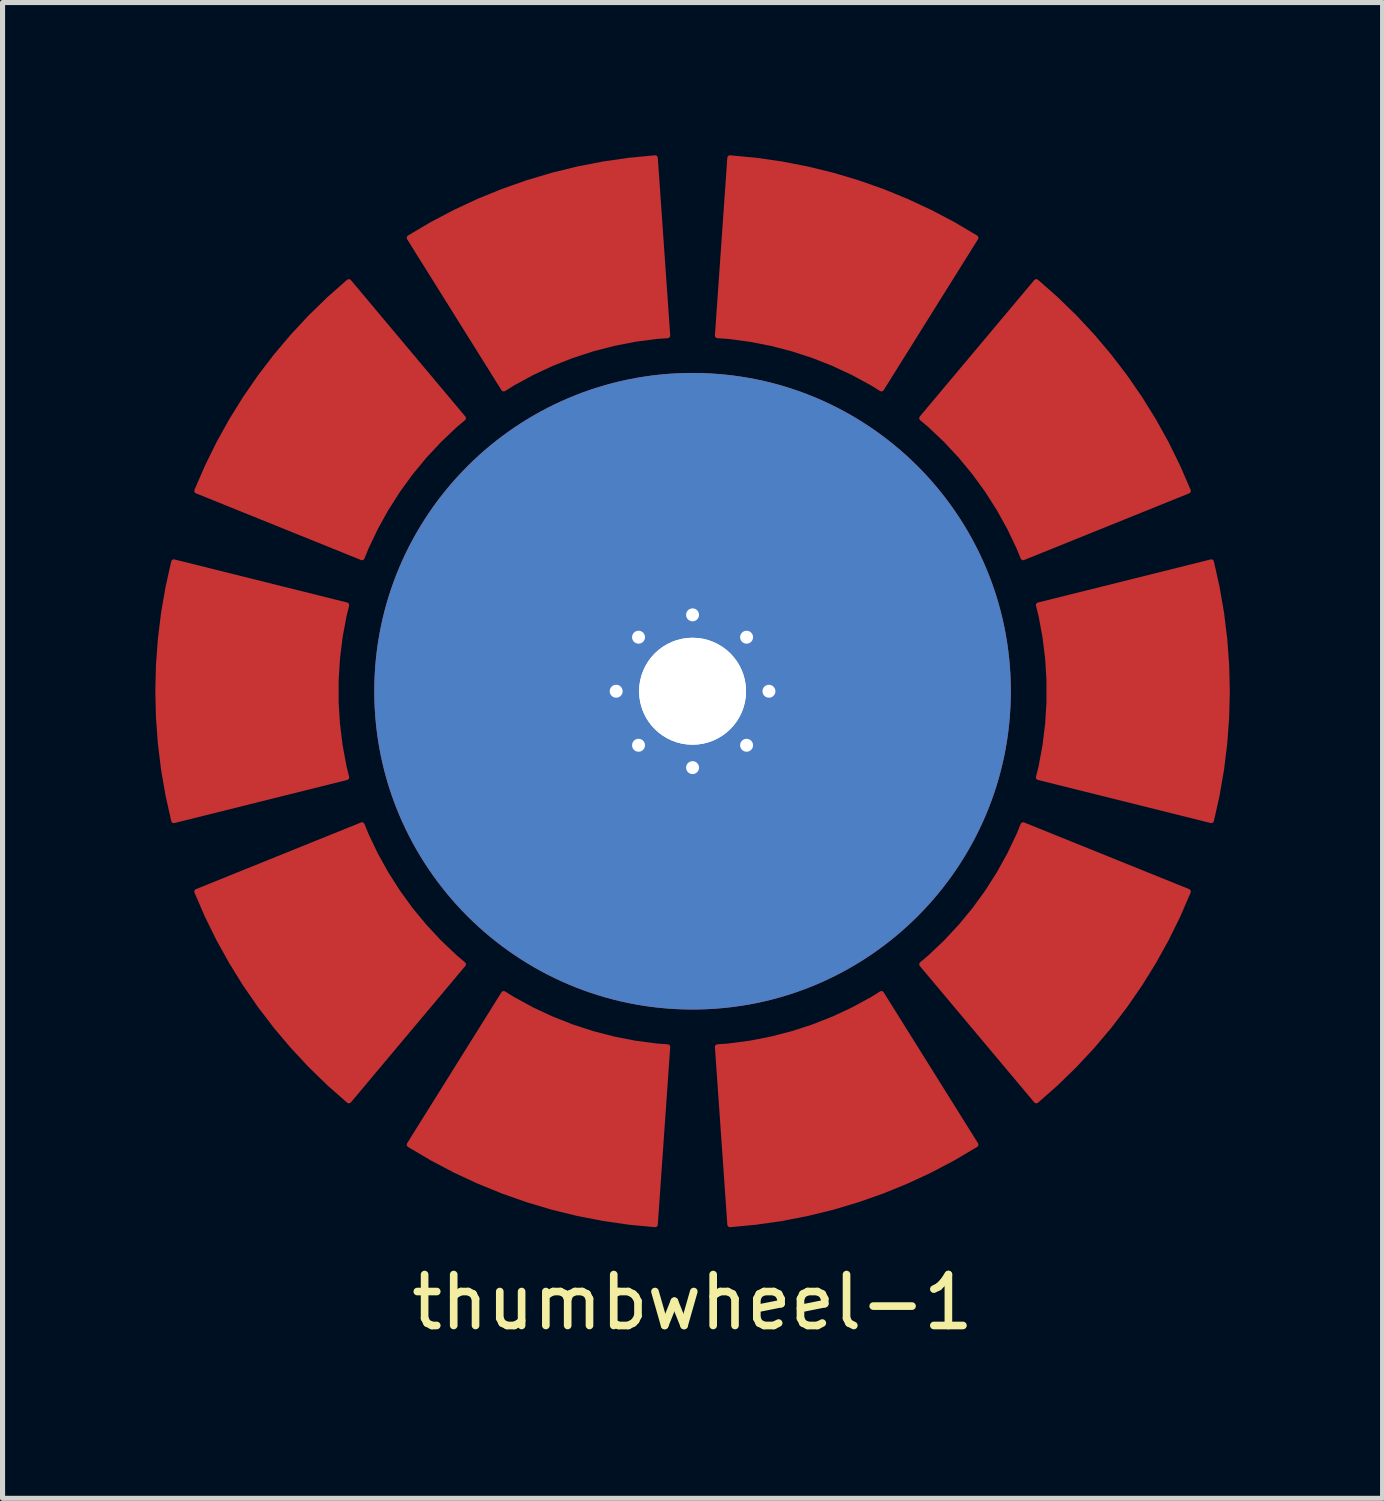
<source format=kicad_pcb>
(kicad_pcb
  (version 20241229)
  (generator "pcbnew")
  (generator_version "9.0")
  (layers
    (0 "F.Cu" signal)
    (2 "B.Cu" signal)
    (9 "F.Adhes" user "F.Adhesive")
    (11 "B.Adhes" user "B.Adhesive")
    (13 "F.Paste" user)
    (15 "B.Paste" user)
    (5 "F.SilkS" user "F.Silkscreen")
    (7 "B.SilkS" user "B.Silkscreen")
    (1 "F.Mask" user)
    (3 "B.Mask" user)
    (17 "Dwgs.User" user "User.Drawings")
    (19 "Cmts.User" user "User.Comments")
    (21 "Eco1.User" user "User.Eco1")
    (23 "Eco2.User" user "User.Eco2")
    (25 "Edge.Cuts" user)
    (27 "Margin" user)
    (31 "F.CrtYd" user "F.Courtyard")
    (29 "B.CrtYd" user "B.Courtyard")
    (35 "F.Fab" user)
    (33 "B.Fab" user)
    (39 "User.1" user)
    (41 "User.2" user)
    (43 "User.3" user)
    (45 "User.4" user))
  (footprint "thumbwheel-1"
    (layer "F.Cu")
    (at 10.55 10.524)
    (property "Reference" "thumbwheel-1" (at 0 12 0) (layer "F.SilkS") (effects (font (size 1 1) (thickness 0.15))))
    (attr through_hole)
    (pad "0" smd custom (at 2.704 -8.322 252) (size 3 3) (layers "F.Cu" "F.Mask") (options (anchor circle)) (primitives (gr_line (start -1.481 -2.362) (end 1.929 -1.575) (width 0.1)) (gr_line (start -1.73 0.641) (end 1.763 0.427) (width 0.1)) (gr_line (start -1.748 -0.183) (end 1.751 -0.122) (width 0.1)) (gr_line (start -1.746 0.275) (end 1.752 0.183) (width 0.1)) (gr_line (start -1.635 -1.552) (end 1.827 -1.035) (width 0.1)) (gr_arc (start -1.75 0) (mid -1.671735 -1.279628) (end -1.438105 -2.54018) (width 0.1)) (gr_line (start -1.724 0.732) (end 1.767 0.488) (width 0.1)) (gr_line (start -1.59 -1.823) (end 1.856 -1.216) (width 0.1)) (gr_line (start -1.621 1.643) (end 1.836 1.095) (width 0.1)) (gr_arc (start 1.75 0) (mid 1.802177 -0.853085) (end 1.95793 -1.693453) (width 0.1)) (gr_arc (start 1.95793 1.693453) (mid 1.802177 0.853085) (end 1.75 0) (width 0.1)) (gr_line (start -1.648 -1.461) (end 1.818 -0.974) (width 0.1)) (gr_line (start -1.748 0.183) (end 1.751 0.122) (width 0.1)) (gr_line (start -1.692 -1.098) (end 1.788 -0.732) (width 0.1)) (gr_line (start -1.438 2.54) (end 1.958 1.693) (width 0.1)) (gr_line (start -1.74 -0.458) (end 1.757 -0.305) (width 0.1)) (gr_line (start -1.574 1.913) (end 1.867 1.276) (width 0.1)) (gr_line (start -1.66 1.371) (end 1.81 0.914) (width 0.1)) (gr_line (start -1.683 1.189) (end 1.795 0.792) (width 0.1)) (gr_line (start -1.702 1.006) (end 1.782 0.671) (width 0.1)) (gr_line (start -1.75 -0.092) (end 1.75 -0.061) (width 0.1)) (gr_line (start -1.481 2.362) (end 1.929 1.575) (width 0.1)) (gr_line (start -1.539 -2.093) (end 1.891 -1.396) (width 0.1)) (gr_line (start -1.724 -0.732) (end 1.767 -0.488) (width 0.1)) (gr_line (start -1.718 -0.824) (end 1.772 -0.549) (width 0.1)) (gr_line (start -1.606 1.733) (end 1.846 1.155) (width 0.1)) (gr_line (start -1.648 1.461) (end 1.818 0.974) (width 0.1)) (gr_line (start -1.46 2.451) (end 1.943 1.634) (width 0.1)) (gr_line (start -1.71 0.915) (end 1.777 0.61) (width 0.1)) (gr_line (start -1.71 -0.915) (end 1.777 -0.61) (width 0.1)) (gr_line (start -1.744 -0.366) (end 1.754 -0.244) (width 0.1)) (gr_line (start -1.521 -2.183) (end 1.903 -1.455) (width 0.1)) (gr_line (start -1.746 -0.275) (end 1.752 -0.183) (width 0.1)) (gr_line (start -1.606 -1.733) (end 1.846 -1.155) (width 0.1)) (gr_line (start -1.75 0) (end 1.75 0) (width 0.1)) (gr_line (start -1.438 -2.54) (end 1.958 -1.693) (width 0.1)) (gr_line (start -1.74 0.458) (end 1.757 0.305) (width 0.1)) (gr_line (start -1.683 -1.189) (end 1.795 -0.792) (width 0.1)) (gr_line (start -1.702 -1.006) (end 1.782 -0.671) (width 0.1)) (gr_line (start -1.521 2.183) (end 1.903 1.455) (width 0.1)) (gr_line (start -1.46 -2.451) (end 1.943 -1.634) (width 0.1)) (gr_line (start -1.75 0.092) (end 1.75 0.061) (width 0.1)) (gr_line (start -1.73 -0.641) (end 1.763 -0.427) (width 0.1)) (gr_line (start -1.672 1.28) (end 1.802 0.853) (width 0.1)) (gr_line (start -1.59 1.823) (end 1.856 1.216) (width 0.1)) (gr_line (start -1.557 2.003) (end 1.879 1.336) (width 0.1)) (gr_arc (start -1.438105 2.54018) (mid -1.671734 1.279628) (end -1.75 0) (width 0.1)) (gr_line (start -1.621 -1.643) (end 1.836 -1.095) (width 0.1)) (gr_line (start -1.574 -1.913) (end 1.867 -1.276) (width 0.1)) (gr_line (start -1.692 1.098) (end 1.788 0.732) (width 0.1)) (gr_line (start -1.718 0.824) (end 1.772 0.549) (width 0.1)) (gr_line (start -1.736 0.55) (end 1.76 0.366) (width 0.1)) (gr_line (start -1.672 -1.28) (end 1.802 -0.853) (width 0.1)) (gr_line (start -1.635 1.552) (end 1.827 1.035) (width 0.1)) (gr_line (start -1.501 2.273) (end 1.916 1.515) (width 0.1)) (gr_line (start -1.557 -2.003) (end 1.879 -1.336) (width 0.1)) (gr_line (start -1.736 -0.55) (end 1.76 -0.366) (width 0.1)) (gr_line (start -1.501 -2.273) (end 1.916 -1.515) (width 0.1)) (gr_line (start -1.539 2.093) (end 1.891 1.396) (width 0.1)) (gr_line (start -1.744 0.366) (end 1.754 0.244) (width 0.1)) (gr_line (start -1.66 -1.371) (end 1.81 -0.914) (width 0.1))))
    (pad "1" smd custom (at 7.079 -5.143 216) (size 3 3) (layers "F.Cu" "F.Mask") (options (anchor circle)) (primitives (gr_line (start -1.481 -2.362) (end 1.929 -1.575) (width 0.1)) (gr_line (start -1.73 0.641) (end 1.763 0.427) (width 0.1)) (gr_line (start -1.748 -0.183) (end 1.751 -0.122) (width 0.1)) (gr_line (start -1.746 0.275) (end 1.752 0.183) (width 0.1)) (gr_line (start -1.635 -1.552) (end 1.827 -1.035) (width 0.1)) (gr_arc (start -1.75 0) (mid -1.671735 -1.279628) (end -1.438105 -2.54018) (width 0.1)) (gr_line (start -1.724 0.732) (end 1.767 0.488) (width 0.1)) (gr_line (start -1.59 -1.823) (end 1.856 -1.216) (width 0.1)) (gr_line (start -1.621 1.643) (end 1.836 1.095) (width 0.1)) (gr_arc (start 1.75 0) (mid 1.802177 -0.853085) (end 1.95793 -1.693453) (width 0.1)) (gr_arc (start 1.95793 1.693453) (mid 1.802177 0.853085) (end 1.75 0) (width 0.1)) (gr_line (start -1.648 -1.461) (end 1.818 -0.974) (width 0.1)) (gr_line (start -1.748 0.183) (end 1.751 0.122) (width 0.1)) (gr_line (start -1.692 -1.098) (end 1.788 -0.732) (width 0.1)) (gr_line (start -1.438 2.54) (end 1.958 1.693) (width 0.1)) (gr_line (start -1.74 -0.458) (end 1.757 -0.305) (width 0.1)) (gr_line (start -1.574 1.913) (end 1.867 1.276) (width 0.1)) (gr_line (start -1.66 1.371) (end 1.81 0.914) (width 0.1)) (gr_line (start -1.683 1.189) (end 1.795 0.792) (width 0.1)) (gr_line (start -1.702 1.006) (end 1.782 0.671) (width 0.1)) (gr_line (start -1.75 -0.092) (end 1.75 -0.061) (width 0.1)) (gr_line (start -1.481 2.362) (end 1.929 1.575) (width 0.1)) (gr_line (start -1.539 -2.093) (end 1.891 -1.396) (width 0.1)) (gr_line (start -1.724 -0.732) (end 1.767 -0.488) (width 0.1)) (gr_line (start -1.718 -0.824) (end 1.772 -0.549) (width 0.1)) (gr_line (start -1.606 1.733) (end 1.846 1.155) (width 0.1)) (gr_line (start -1.648 1.461) (end 1.818 0.974) (width 0.1)) (gr_line (start -1.46 2.451) (end 1.943 1.634) (width 0.1)) (gr_line (start -1.71 0.915) (end 1.777 0.61) (width 0.1)) (gr_line (start -1.71 -0.915) (end 1.777 -0.61) (width 0.1)) (gr_line (start -1.744 -0.366) (end 1.754 -0.244) (width 0.1)) (gr_line (start -1.521 -2.183) (end 1.903 -1.455) (width 0.1)) (gr_line (start -1.746 -0.275) (end 1.752 -0.183) (width 0.1)) (gr_line (start -1.606 -1.733) (end 1.846 -1.155) (width 0.1)) (gr_line (start -1.75 0) (end 1.75 0) (width 0.1)) (gr_line (start -1.438 -2.54) (end 1.958 -1.693) (width 0.1)) (gr_line (start -1.74 0.458) (end 1.757 0.305) (width 0.1)) (gr_line (start -1.683 -1.189) (end 1.795 -0.792) (width 0.1)) (gr_line (start -1.702 -1.006) (end 1.782 -0.671) (width 0.1)) (gr_line (start -1.521 2.183) (end 1.903 1.455) (width 0.1)) (gr_line (start -1.46 -2.451) (end 1.943 -1.634) (width 0.1)) (gr_line (start -1.75 0.092) (end 1.75 0.061) (width 0.1)) (gr_line (start -1.73 -0.641) (end 1.763 -0.427) (width 0.1)) (gr_line (start -1.672 1.28) (end 1.802 0.853) (width 0.1)) (gr_line (start -1.59 1.823) (end 1.856 1.216) (width 0.1)) (gr_line (start -1.557 2.003) (end 1.879 1.336) (width 0.1)) (gr_arc (start -1.438105 2.54018) (mid -1.671734 1.279628) (end -1.75 0) (width 0.1)) (gr_line (start -1.621 -1.643) (end 1.836 -1.095) (width 0.1)) (gr_line (start -1.574 -1.913) (end 1.867 -1.276) (width 0.1)) (gr_line (start -1.692 1.098) (end 1.788 0.732) (width 0.1)) (gr_line (start -1.718 0.824) (end 1.772 0.549) (width 0.1)) (gr_line (start -1.736 0.55) (end 1.76 0.366) (width 0.1)) (gr_line (start -1.672 -1.28) (end 1.802 -0.853) (width 0.1)) (gr_line (start -1.635 1.552) (end 1.827 1.035) (width 0.1)) (gr_line (start -1.501 2.273) (end 1.916 1.515) (width 0.1)) (gr_line (start -1.557 -2.003) (end 1.879 -1.336) (width 0.1)) (gr_line (start -1.736 -0.55) (end 1.76 -0.366) (width 0.1)) (gr_line (start -1.501 -2.273) (end 1.916 -1.515) (width 0.1)) (gr_line (start -1.539 2.093) (end 1.891 1.396) (width 0.1)) (gr_line (start -1.744 0.366) (end 1.754 0.244) (width 0.1)) (gr_line (start -1.66 -1.371) (end 1.81 -0.914) (width 0.1))))
    (pad "2" smd custom (at 8.75 0 180) (size 3 3) (layers "F.Cu" "F.Mask") (options (anchor circle)) (primitives (gr_line (start -1.481 -2.362) (end 1.929 -1.575) (width 0.1)) (gr_line (start -1.73 0.641) (end 1.763 0.427) (width 0.1)) (gr_line (start -1.748 -0.183) (end 1.751 -0.122) (width 0.1)) (gr_line (start -1.746 0.275) (end 1.752 0.183) (width 0.1)) (gr_line (start -1.635 -1.552) (end 1.827 -1.035) (width 0.1)) (gr_arc (start -1.75 0) (mid -1.671735 -1.279628) (end -1.438105 -2.54018) (width 0.1)) (gr_line (start -1.724 0.732) (end 1.767 0.488) (width 0.1)) (gr_line (start -1.59 -1.823) (end 1.856 -1.216) (width 0.1)) (gr_line (start -1.621 1.643) (end 1.836 1.095) (width 0.1)) (gr_arc (start 1.75 0) (mid 1.802177 -0.853085) (end 1.95793 -1.693453) (width 0.1)) (gr_arc (start 1.95793 1.693453) (mid 1.802177 0.853085) (end 1.75 0) (width 0.1)) (gr_line (start -1.648 -1.461) (end 1.818 -0.974) (width 0.1)) (gr_line (start -1.748 0.183) (end 1.751 0.122) (width 0.1)) (gr_line (start -1.692 -1.098) (end 1.788 -0.732) (width 0.1)) (gr_line (start -1.438 2.54) (end 1.958 1.693) (width 0.1)) (gr_line (start -1.74 -0.458) (end 1.757 -0.305) (width 0.1)) (gr_line (start -1.574 1.913) (end 1.867 1.276) (width 0.1)) (gr_line (start -1.66 1.371) (end 1.81 0.914) (width 0.1)) (gr_line (start -1.683 1.189) (end 1.795 0.792) (width 0.1)) (gr_line (start -1.702 1.006) (end 1.782 0.671) (width 0.1)) (gr_line (start -1.75 -0.092) (end 1.75 -0.061) (width 0.1)) (gr_line (start -1.481 2.362) (end 1.929 1.575) (width 0.1)) (gr_line (start -1.539 -2.093) (end 1.891 -1.396) (width 0.1)) (gr_line (start -1.724 -0.732) (end 1.767 -0.488) (width 0.1)) (gr_line (start -1.718 -0.824) (end 1.772 -0.549) (width 0.1)) (gr_line (start -1.606 1.733) (end 1.846 1.155) (width 0.1)) (gr_line (start -1.648 1.461) (end 1.818 0.974) (width 0.1)) (gr_line (start -1.46 2.451) (end 1.943 1.634) (width 0.1)) (gr_line (start -1.71 0.915) (end 1.777 0.61) (width 0.1)) (gr_line (start -1.71 -0.915) (end 1.777 -0.61) (width 0.1)) (gr_line (start -1.744 -0.366) (end 1.754 -0.244) (width 0.1)) (gr_line (start -1.521 -2.183) (end 1.903 -1.455) (width 0.1)) (gr_line (start -1.746 -0.275) (end 1.752 -0.183) (width 0.1)) (gr_line (start -1.606 -1.733) (end 1.846 -1.155) (width 0.1)) (gr_line (start -1.75 0) (end 1.75 0) (width 0.1)) (gr_line (start -1.438 -2.54) (end 1.958 -1.693) (width 0.1)) (gr_line (start -1.74 0.458) (end 1.757 0.305) (width 0.1)) (gr_line (start -1.683 -1.189) (end 1.795 -0.792) (width 0.1)) (gr_line (start -1.702 -1.006) (end 1.782 -0.671) (width 0.1)) (gr_line (start -1.521 2.183) (end 1.903 1.455) (width 0.1)) (gr_line (start -1.46 -2.451) (end 1.943 -1.634) (width 0.1)) (gr_line (start -1.75 0.092) (end 1.75 0.061) (width 0.1)) (gr_line (start -1.73 -0.641) (end 1.763 -0.427) (width 0.1)) (gr_line (start -1.672 1.28) (end 1.802 0.853) (width 0.1)) (gr_line (start -1.59 1.823) (end 1.856 1.216) (width 0.1)) (gr_line (start -1.557 2.003) (end 1.879 1.336) (width 0.1)) (gr_arc (start -1.438105 2.54018) (mid -1.671734 1.279628) (end -1.75 0) (width 0.1)) (gr_line (start -1.621 -1.643) (end 1.836 -1.095) (width 0.1)) (gr_line (start -1.574 -1.913) (end 1.867 -1.276) (width 0.1)) (gr_line (start -1.692 1.098) (end 1.788 0.732) (width 0.1)) (gr_line (start -1.718 0.824) (end 1.772 0.549) (width 0.1)) (gr_line (start -1.736 0.55) (end 1.76 0.366) (width 0.1)) (gr_line (start -1.672 -1.28) (end 1.802 -0.853) (width 0.1)) (gr_line (start -1.635 1.552) (end 1.827 1.035) (width 0.1)) (gr_line (start -1.501 2.273) (end 1.916 1.515) (width 0.1)) (gr_line (start -1.557 -2.003) (end 1.879 -1.336) (width 0.1)) (gr_line (start -1.736 -0.55) (end 1.76 -0.366) (width 0.1)) (gr_line (start -1.501 -2.273) (end 1.916 -1.515) (width 0.1)) (gr_line (start -1.539 2.093) (end 1.891 1.396) (width 0.1)) (gr_line (start -1.744 0.366) (end 1.754 0.244) (width 0.1)) (gr_line (start -1.66 -1.371) (end 1.81 -0.914) (width 0.1))))
    (pad "3" smd custom (at 7.079 5.143 144) (size 3 3) (layers "F.Cu" "F.Mask") (options (anchor circle)) (primitives (gr_line (start -1.481 -2.362) (end 1.929 -1.575) (width 0.1)) (gr_line (start -1.73 0.641) (end 1.763 0.427) (width 0.1)) (gr_line (start -1.748 -0.183) (end 1.751 -0.122) (width 0.1)) (gr_line (start -1.746 0.275) (end 1.752 0.183) (width 0.1)) (gr_line (start -1.635 -1.552) (end 1.827 -1.035) (width 0.1)) (gr_arc (start -1.75 0) (mid -1.671735 -1.279628) (end -1.438105 -2.54018) (width 0.1)) (gr_line (start -1.724 0.732) (end 1.767 0.488) (width 0.1)) (gr_line (start -1.59 -1.823) (end 1.856 -1.216) (width 0.1)) (gr_line (start -1.621 1.643) (end 1.836 1.095) (width 0.1)) (gr_arc (start 1.75 0) (mid 1.802177 -0.853085) (end 1.95793 -1.693453) (width 0.1)) (gr_arc (start 1.95793 1.693453) (mid 1.802177 0.853085) (end 1.75 0) (width 0.1)) (gr_line (start -1.648 -1.461) (end 1.818 -0.974) (width 0.1)) (gr_line (start -1.748 0.183) (end 1.751 0.122) (width 0.1)) (gr_line (start -1.692 -1.098) (end 1.788 -0.732) (width 0.1)) (gr_line (start -1.438 2.54) (end 1.958 1.693) (width 0.1)) (gr_line (start -1.74 -0.458) (end 1.757 -0.305) (width 0.1)) (gr_line (start -1.574 1.913) (end 1.867 1.276) (width 0.1)) (gr_line (start -1.66 1.371) (end 1.81 0.914) (width 0.1)) (gr_line (start -1.683 1.189) (end 1.795 0.792) (width 0.1)) (gr_line (start -1.702 1.006) (end 1.782 0.671) (width 0.1)) (gr_line (start -1.75 -0.092) (end 1.75 -0.061) (width 0.1)) (gr_line (start -1.481 2.362) (end 1.929 1.575) (width 0.1)) (gr_line (start -1.539 -2.093) (end 1.891 -1.396) (width 0.1)) (gr_line (start -1.724 -0.732) (end 1.767 -0.488) (width 0.1)) (gr_line (start -1.718 -0.824) (end 1.772 -0.549) (width 0.1)) (gr_line (start -1.606 1.733) (end 1.846 1.155) (width 0.1)) (gr_line (start -1.648 1.461) (end 1.818 0.974) (width 0.1)) (gr_line (start -1.46 2.451) (end 1.943 1.634) (width 0.1)) (gr_line (start -1.71 0.915) (end 1.777 0.61) (width 0.1)) (gr_line (start -1.71 -0.915) (end 1.777 -0.61) (width 0.1)) (gr_line (start -1.744 -0.366) (end 1.754 -0.244) (width 0.1)) (gr_line (start -1.521 -2.183) (end 1.903 -1.455) (width 0.1)) (gr_line (start -1.746 -0.275) (end 1.752 -0.183) (width 0.1)) (gr_line (start -1.606 -1.733) (end 1.846 -1.155) (width 0.1)) (gr_line (start -1.75 0) (end 1.75 0) (width 0.1)) (gr_line (start -1.438 -2.54) (end 1.958 -1.693) (width 0.1)) (gr_line (start -1.74 0.458) (end 1.757 0.305) (width 0.1)) (gr_line (start -1.683 -1.189) (end 1.795 -0.792) (width 0.1)) (gr_line (start -1.702 -1.006) (end 1.782 -0.671) (width 0.1)) (gr_line (start -1.521 2.183) (end 1.903 1.455) (width 0.1)) (gr_line (start -1.46 -2.451) (end 1.943 -1.634) (width 0.1)) (gr_line (start -1.75 0.092) (end 1.75 0.061) (width 0.1)) (gr_line (start -1.73 -0.641) (end 1.763 -0.427) (width 0.1)) (gr_line (start -1.672 1.28) (end 1.802 0.853) (width 0.1)) (gr_line (start -1.59 1.823) (end 1.856 1.216) (width 0.1)) (gr_line (start -1.557 2.003) (end 1.879 1.336) (width 0.1)) (gr_arc (start -1.438105 2.54018) (mid -1.671734 1.279628) (end -1.75 0) (width 0.1)) (gr_line (start -1.621 -1.643) (end 1.836 -1.095) (width 0.1)) (gr_line (start -1.574 -1.913) (end 1.867 -1.276) (width 0.1)) (gr_line (start -1.692 1.098) (end 1.788 0.732) (width 0.1)) (gr_line (start -1.718 0.824) (end 1.772 0.549) (width 0.1)) (gr_line (start -1.736 0.55) (end 1.76 0.366) (width 0.1)) (gr_line (start -1.672 -1.28) (end 1.802 -0.853) (width 0.1)) (gr_line (start -1.635 1.552) (end 1.827 1.035) (width 0.1)) (gr_line (start -1.501 2.273) (end 1.916 1.515) (width 0.1)) (gr_line (start -1.557 -2.003) (end 1.879 -1.336) (width 0.1)) (gr_line (start -1.736 -0.55) (end 1.76 -0.366) (width 0.1)) (gr_line (start -1.501 -2.273) (end 1.916 -1.515) (width 0.1)) (gr_line (start -1.539 2.093) (end 1.891 1.396) (width 0.1)) (gr_line (start -1.744 0.366) (end 1.754 0.244) (width 0.1)) (gr_line (start -1.66 -1.371) (end 1.81 -0.914) (width 0.1))))
    (pad "4" smd custom (at 2.704 8.322 108) (size 3 3) (layers "F.Cu" "F.Mask") (options (anchor circle)) (primitives (gr_line (start -1.481 -2.362) (end 1.929 -1.575) (width 0.1)) (gr_line (start -1.73 0.641) (end 1.763 0.427) (width 0.1)) (gr_line (start -1.748 -0.183) (end 1.751 -0.122) (width 0.1)) (gr_line (start -1.746 0.275) (end 1.752 0.183) (width 0.1)) (gr_line (start -1.635 -1.552) (end 1.827 -1.035) (width 0.1)) (gr_arc (start -1.75 0) (mid -1.671735 -1.279628) (end -1.438105 -2.54018) (width 0.1)) (gr_line (start -1.724 0.732) (end 1.767 0.488) (width 0.1)) (gr_line (start -1.59 -1.823) (end 1.856 -1.216) (width 0.1)) (gr_line (start -1.621 1.643) (end 1.836 1.095) (width 0.1)) (gr_arc (start 1.75 0) (mid 1.802177 -0.853085) (end 1.95793 -1.693453) (width 0.1)) (gr_arc (start 1.95793 1.693453) (mid 1.802177 0.853085) (end 1.75 0) (width 0.1)) (gr_line (start -1.648 -1.461) (end 1.818 -0.974) (width 0.1)) (gr_line (start -1.748 0.183) (end 1.751 0.122) (width 0.1)) (gr_line (start -1.692 -1.098) (end 1.788 -0.732) (width 0.1)) (gr_line (start -1.438 2.54) (end 1.958 1.693) (width 0.1)) (gr_line (start -1.74 -0.458) (end 1.757 -0.305) (width 0.1)) (gr_line (start -1.574 1.913) (end 1.867 1.276) (width 0.1)) (gr_line (start -1.66 1.371) (end 1.81 0.914) (width 0.1)) (gr_line (start -1.683 1.189) (end 1.795 0.792) (width 0.1)) (gr_line (start -1.702 1.006) (end 1.782 0.671) (width 0.1)) (gr_line (start -1.75 -0.092) (end 1.75 -0.061) (width 0.1)) (gr_line (start -1.481 2.362) (end 1.929 1.575) (width 0.1)) (gr_line (start -1.539 -2.093) (end 1.891 -1.396) (width 0.1)) (gr_line (start -1.724 -0.732) (end 1.767 -0.488) (width 0.1)) (gr_line (start -1.718 -0.824) (end 1.772 -0.549) (width 0.1)) (gr_line (start -1.606 1.733) (end 1.846 1.155) (width 0.1)) (gr_line (start -1.648 1.461) (end 1.818 0.974) (width 0.1)) (gr_line (start -1.46 2.451) (end 1.943 1.634) (width 0.1)) (gr_line (start -1.71 0.915) (end 1.777 0.61) (width 0.1)) (gr_line (start -1.71 -0.915) (end 1.777 -0.61) (width 0.1)) (gr_line (start -1.744 -0.366) (end 1.754 -0.244) (width 0.1)) (gr_line (start -1.521 -2.183) (end 1.903 -1.455) (width 0.1)) (gr_line (start -1.746 -0.275) (end 1.752 -0.183) (width 0.1)) (gr_line (start -1.606 -1.733) (end 1.846 -1.155) (width 0.1)) (gr_line (start -1.75 0) (end 1.75 0) (width 0.1)) (gr_line (start -1.438 -2.54) (end 1.958 -1.693) (width 0.1)) (gr_line (start -1.74 0.458) (end 1.757 0.305) (width 0.1)) (gr_line (start -1.683 -1.189) (end 1.795 -0.792) (width 0.1)) (gr_line (start -1.702 -1.006) (end 1.782 -0.671) (width 0.1)) (gr_line (start -1.521 2.183) (end 1.903 1.455) (width 0.1)) (gr_line (start -1.46 -2.451) (end 1.943 -1.634) (width 0.1)) (gr_line (start -1.75 0.092) (end 1.75 0.061) (width 0.1)) (gr_line (start -1.73 -0.641) (end 1.763 -0.427) (width 0.1)) (gr_line (start -1.672 1.28) (end 1.802 0.853) (width 0.1)) (gr_line (start -1.59 1.823) (end 1.856 1.216) (width 0.1)) (gr_line (start -1.557 2.003) (end 1.879 1.336) (width 0.1)) (gr_arc (start -1.438105 2.54018) (mid -1.671734 1.279628) (end -1.75 0) (width 0.1)) (gr_line (start -1.621 -1.643) (end 1.836 -1.095) (width 0.1)) (gr_line (start -1.574 -1.913) (end 1.867 -1.276) (width 0.1)) (gr_line (start -1.692 1.098) (end 1.788 0.732) (width 0.1)) (gr_line (start -1.718 0.824) (end 1.772 0.549) (width 0.1)) (gr_line (start -1.736 0.55) (end 1.76 0.366) (width 0.1)) (gr_line (start -1.672 -1.28) (end 1.802 -0.853) (width 0.1)) (gr_line (start -1.635 1.552) (end 1.827 1.035) (width 0.1)) (gr_line (start -1.501 2.273) (end 1.916 1.515) (width 0.1)) (gr_line (start -1.557 -2.003) (end 1.879 -1.336) (width 0.1)) (gr_line (start -1.736 -0.55) (end 1.76 -0.366) (width 0.1)) (gr_line (start -1.501 -2.273) (end 1.916 -1.515) (width 0.1)) (gr_line (start -1.539 2.093) (end 1.891 1.396) (width 0.1)) (gr_line (start -1.744 0.366) (end 1.754 0.244) (width 0.1)) (gr_line (start -1.66 -1.371) (end 1.81 -0.914) (width 0.1))))
    (pad "5" smd custom (at -2.704 8.322 72) (size 3 3) (layers "F.Cu" "F.Mask") (options (anchor circle)) (primitives (gr_line (start -1.481 -2.362) (end 1.929 -1.575) (width 0.1)) (gr_line (start -1.73 0.641) (end 1.763 0.427) (width 0.1)) (gr_line (start -1.748 -0.183) (end 1.751 -0.122) (width 0.1)) (gr_line (start -1.746 0.275) (end 1.752 0.183) (width 0.1)) (gr_line (start -1.635 -1.552) (end 1.827 -1.035) (width 0.1)) (gr_arc (start -1.75 0) (mid -1.671735 -1.279628) (end -1.438105 -2.54018) (width 0.1)) (gr_line (start -1.724 0.732) (end 1.767 0.488) (width 0.1)) (gr_line (start -1.59 -1.823) (end 1.856 -1.216) (width 0.1)) (gr_line (start -1.621 1.643) (end 1.836 1.095) (width 0.1)) (gr_arc (start 1.75 0) (mid 1.802177 -0.853085) (end 1.95793 -1.693453) (width 0.1)) (gr_arc (start 1.95793 1.693453) (mid 1.802177 0.853085) (end 1.75 0) (width 0.1)) (gr_line (start -1.648 -1.461) (end 1.818 -0.974) (width 0.1)) (gr_line (start -1.748 0.183) (end 1.751 0.122) (width 0.1)) (gr_line (start -1.692 -1.098) (end 1.788 -0.732) (width 0.1)) (gr_line (start -1.438 2.54) (end 1.958 1.693) (width 0.1)) (gr_line (start -1.74 -0.458) (end 1.757 -0.305) (width 0.1)) (gr_line (start -1.574 1.913) (end 1.867 1.276) (width 0.1)) (gr_line (start -1.66 1.371) (end 1.81 0.914) (width 0.1)) (gr_line (start -1.683 1.189) (end 1.795 0.792) (width 0.1)) (gr_line (start -1.702 1.006) (end 1.782 0.671) (width 0.1)) (gr_line (start -1.75 -0.092) (end 1.75 -0.061) (width 0.1)) (gr_line (start -1.481 2.362) (end 1.929 1.575) (width 0.1)) (gr_line (start -1.539 -2.093) (end 1.891 -1.396) (width 0.1)) (gr_line (start -1.724 -0.732) (end 1.767 -0.488) (width 0.1)) (gr_line (start -1.718 -0.824) (end 1.772 -0.549) (width 0.1)) (gr_line (start -1.606 1.733) (end 1.846 1.155) (width 0.1)) (gr_line (start -1.648 1.461) (end 1.818 0.974) (width 0.1)) (gr_line (start -1.46 2.451) (end 1.943 1.634) (width 0.1)) (gr_line (start -1.71 0.915) (end 1.777 0.61) (width 0.1)) (gr_line (start -1.71 -0.915) (end 1.777 -0.61) (width 0.1)) (gr_line (start -1.744 -0.366) (end 1.754 -0.244) (width 0.1)) (gr_line (start -1.521 -2.183) (end 1.903 -1.455) (width 0.1)) (gr_line (start -1.746 -0.275) (end 1.752 -0.183) (width 0.1)) (gr_line (start -1.606 -1.733) (end 1.846 -1.155) (width 0.1)) (gr_line (start -1.75 0) (end 1.75 0) (width 0.1)) (gr_line (start -1.438 -2.54) (end 1.958 -1.693) (width 0.1)) (gr_line (start -1.74 0.458) (end 1.757 0.305) (width 0.1)) (gr_line (start -1.683 -1.189) (end 1.795 -0.792) (width 0.1)) (gr_line (start -1.702 -1.006) (end 1.782 -0.671) (width 0.1)) (gr_line (start -1.521 2.183) (end 1.903 1.455) (width 0.1)) (gr_line (start -1.46 -2.451) (end 1.943 -1.634) (width 0.1)) (gr_line (start -1.75 0.092) (end 1.75 0.061) (width 0.1)) (gr_line (start -1.73 -0.641) (end 1.763 -0.427) (width 0.1)) (gr_line (start -1.672 1.28) (end 1.802 0.853) (width 0.1)) (gr_line (start -1.59 1.823) (end 1.856 1.216) (width 0.1)) (gr_line (start -1.557 2.003) (end 1.879 1.336) (width 0.1)) (gr_arc (start -1.438105 2.54018) (mid -1.671734 1.279628) (end -1.75 0) (width 0.1)) (gr_line (start -1.621 -1.643) (end 1.836 -1.095) (width 0.1)) (gr_line (start -1.574 -1.913) (end 1.867 -1.276) (width 0.1)) (gr_line (start -1.692 1.098) (end 1.788 0.732) (width 0.1)) (gr_line (start -1.718 0.824) (end 1.772 0.549) (width 0.1)) (gr_line (start -1.736 0.55) (end 1.76 0.366) (width 0.1)) (gr_line (start -1.672 -1.28) (end 1.802 -0.853) (width 0.1)) (gr_line (start -1.635 1.552) (end 1.827 1.035) (width 0.1)) (gr_line (start -1.501 2.273) (end 1.916 1.515) (width 0.1)) (gr_line (start -1.557 -2.003) (end 1.879 -1.336) (width 0.1)) (gr_line (start -1.736 -0.55) (end 1.76 -0.366) (width 0.1)) (gr_line (start -1.501 -2.273) (end 1.916 -1.515) (width 0.1)) (gr_line (start -1.539 2.093) (end 1.891 1.396) (width 0.1)) (gr_line (start -1.744 0.366) (end 1.754 0.244) (width 0.1)) (gr_line (start -1.66 -1.371) (end 1.81 -0.914) (width 0.1))))
    (pad "6" smd custom (at -7.079 5.143 36) (size 3 3) (layers "F.Cu" "F.Mask") (options (anchor circle)) (primitives (gr_line (start -1.481 -2.362) (end 1.929 -1.575) (width 0.1)) (gr_line (start -1.73 0.641) (end 1.763 0.427) (width 0.1)) (gr_line (start -1.748 -0.183) (end 1.751 -0.122) (width 0.1)) (gr_line (start -1.746 0.275) (end 1.752 0.183) (width 0.1)) (gr_line (start -1.635 -1.552) (end 1.827 -1.035) (width 0.1)) (gr_arc (start -1.75 0) (mid -1.671735 -1.279628) (end -1.438105 -2.54018) (width 0.1)) (gr_line (start -1.724 0.732) (end 1.767 0.488) (width 0.1)) (gr_line (start -1.59 -1.823) (end 1.856 -1.216) (width 0.1)) (gr_line (start -1.621 1.643) (end 1.836 1.095) (width 0.1)) (gr_arc (start 1.75 0) (mid 1.802177 -0.853085) (end 1.95793 -1.693453) (width 0.1)) (gr_arc (start 1.95793 1.693453) (mid 1.802177 0.853085) (end 1.75 0) (width 0.1)) (gr_line (start -1.648 -1.461) (end 1.818 -0.974) (width 0.1)) (gr_line (start -1.748 0.183) (end 1.751 0.122) (width 0.1)) (gr_line (start -1.692 -1.098) (end 1.788 -0.732) (width 0.1)) (gr_line (start -1.438 2.54) (end 1.958 1.693) (width 0.1)) (gr_line (start -1.74 -0.458) (end 1.757 -0.305) (width 0.1)) (gr_line (start -1.574 1.913) (end 1.867 1.276) (width 0.1)) (gr_line (start -1.66 1.371) (end 1.81 0.914) (width 0.1)) (gr_line (start -1.683 1.189) (end 1.795 0.792) (width 0.1)) (gr_line (start -1.702 1.006) (end 1.782 0.671) (width 0.1)) (gr_line (start -1.75 -0.092) (end 1.75 -0.061) (width 0.1)) (gr_line (start -1.481 2.362) (end 1.929 1.575) (width 0.1)) (gr_line (start -1.539 -2.093) (end 1.891 -1.396) (width 0.1)) (gr_line (start -1.724 -0.732) (end 1.767 -0.488) (width 0.1)) (gr_line (start -1.718 -0.824) (end 1.772 -0.549) (width 0.1)) (gr_line (start -1.606 1.733) (end 1.846 1.155) (width 0.1)) (gr_line (start -1.648 1.461) (end 1.818 0.974) (width 0.1)) (gr_line (start -1.46 2.451) (end 1.943 1.634) (width 0.1)) (gr_line (start -1.71 0.915) (end 1.777 0.61) (width 0.1)) (gr_line (start -1.71 -0.915) (end 1.777 -0.61) (width 0.1)) (gr_line (start -1.744 -0.366) (end 1.754 -0.244) (width 0.1)) (gr_line (start -1.521 -2.183) (end 1.903 -1.455) (width 0.1)) (gr_line (start -1.746 -0.275) (end 1.752 -0.183) (width 0.1)) (gr_line (start -1.606 -1.733) (end 1.846 -1.155) (width 0.1)) (gr_line (start -1.75 0) (end 1.75 0) (width 0.1)) (gr_line (start -1.438 -2.54) (end 1.958 -1.693) (width 0.1)) (gr_line (start -1.74 0.458) (end 1.757 0.305) (width 0.1)) (gr_line (start -1.683 -1.189) (end 1.795 -0.792) (width 0.1)) (gr_line (start -1.702 -1.006) (end 1.782 -0.671) (width 0.1)) (gr_line (start -1.521 2.183) (end 1.903 1.455) (width 0.1)) (gr_line (start -1.46 -2.451) (end 1.943 -1.634) (width 0.1)) (gr_line (start -1.75 0.092) (end 1.75 0.061) (width 0.1)) (gr_line (start -1.73 -0.641) (end 1.763 -0.427) (width 0.1)) (gr_line (start -1.672 1.28) (end 1.802 0.853) (width 0.1)) (gr_line (start -1.59 1.823) (end 1.856 1.216) (width 0.1)) (gr_line (start -1.557 2.003) (end 1.879 1.336) (width 0.1)) (gr_arc (start -1.438105 2.54018) (mid -1.671734 1.279628) (end -1.75 0) (width 0.1)) (gr_line (start -1.621 -1.643) (end 1.836 -1.095) (width 0.1)) (gr_line (start -1.574 -1.913) (end 1.867 -1.276) (width 0.1)) (gr_line (start -1.692 1.098) (end 1.788 0.732) (width 0.1)) (gr_line (start -1.718 0.824) (end 1.772 0.549) (width 0.1)) (gr_line (start -1.736 0.55) (end 1.76 0.366) (width 0.1)) (gr_line (start -1.672 -1.28) (end 1.802 -0.853) (width 0.1)) (gr_line (start -1.635 1.552) (end 1.827 1.035) (width 0.1)) (gr_line (start -1.501 2.273) (end 1.916 1.515) (width 0.1)) (gr_line (start -1.557 -2.003) (end 1.879 -1.336) (width 0.1)) (gr_line (start -1.736 -0.55) (end 1.76 -0.366) (width 0.1)) (gr_line (start -1.501 -2.273) (end 1.916 -1.515) (width 0.1)) (gr_line (start -1.539 2.093) (end 1.891 1.396) (width 0.1)) (gr_line (start -1.744 0.366) (end 1.754 0.244) (width 0.1)) (gr_line (start -1.66 -1.371) (end 1.81 -0.914) (width 0.1))))
    (pad "7" smd custom (at -8.75 0) (size 3 3) (layers "F.Cu" "F.Mask") (options (anchor circle)) (primitives (gr_line (start -1.481 -2.362) (end 1.929 -1.575) (width 0.1)) (gr_line (start -1.73 0.641) (end 1.763 0.427) (width 0.1)) (gr_line (start -1.748 -0.183) (end 1.751 -0.122) (width 0.1)) (gr_line (start -1.746 0.275) (end 1.752 0.183) (width 0.1)) (gr_line (start -1.635 -1.552) (end 1.827 -1.035) (width 0.1)) (gr_arc (start -1.75 0) (mid -1.671735 -1.279628) (end -1.438105 -2.54018) (width 0.1)) (gr_line (start -1.724 0.732) (end 1.767 0.488) (width 0.1)) (gr_line (start -1.59 -1.823) (end 1.856 -1.216) (width 0.1)) (gr_line (start -1.621 1.643) (end 1.836 1.095) (width 0.1)) (gr_arc (start 1.75 0) (mid 1.802177 -0.853085) (end 1.95793 -1.693453) (width 0.1)) (gr_arc (start 1.95793 1.693453) (mid 1.802177 0.853085) (end 1.75 0) (width 0.1)) (gr_line (start -1.648 -1.461) (end 1.818 -0.974) (width 0.1)) (gr_line (start -1.748 0.183) (end 1.751 0.122) (width 0.1)) (gr_line (start -1.692 -1.098) (end 1.788 -0.732) (width 0.1)) (gr_line (start -1.438 2.54) (end 1.958 1.693) (width 0.1)) (gr_line (start -1.74 -0.458) (end 1.757 -0.305) (width 0.1)) (gr_line (start -1.574 1.913) (end 1.867 1.276) (width 0.1)) (gr_line (start -1.66 1.371) (end 1.81 0.914) (width 0.1)) (gr_line (start -1.683 1.189) (end 1.795 0.792) (width 0.1)) (gr_line (start -1.702 1.006) (end 1.782 0.671) (width 0.1)) (gr_line (start -1.75 -0.092) (end 1.75 -0.061) (width 0.1)) (gr_line (start -1.481 2.362) (end 1.929 1.575) (width 0.1)) (gr_line (start -1.539 -2.093) (end 1.891 -1.396) (width 0.1)) (gr_line (start -1.724 -0.732) (end 1.767 -0.488) (width 0.1)) (gr_line (start -1.718 -0.824) (end 1.772 -0.549) (width 0.1)) (gr_line (start -1.606 1.733) (end 1.846 1.155) (width 0.1)) (gr_line (start -1.648 1.461) (end 1.818 0.974) (width 0.1)) (gr_line (start -1.46 2.451) (end 1.943 1.634) (width 0.1)) (gr_line (start -1.71 0.915) (end 1.777 0.61) (width 0.1)) (gr_line (start -1.71 -0.915) (end 1.777 -0.61) (width 0.1)) (gr_line (start -1.744 -0.366) (end 1.754 -0.244) (width 0.1)) (gr_line (start -1.521 -2.183) (end 1.903 -1.455) (width 0.1)) (gr_line (start -1.746 -0.275) (end 1.752 -0.183) (width 0.1)) (gr_line (start -1.606 -1.733) (end 1.846 -1.155) (width 0.1)) (gr_line (start -1.75 0) (end 1.75 0) (width 0.1)) (gr_line (start -1.438 -2.54) (end 1.958 -1.693) (width 0.1)) (gr_line (start -1.74 0.458) (end 1.757 0.305) (width 0.1)) (gr_line (start -1.683 -1.189) (end 1.795 -0.792) (width 0.1)) (gr_line (start -1.702 -1.006) (end 1.782 -0.671) (width 0.1)) (gr_line (start -1.521 2.183) (end 1.903 1.455) (width 0.1)) (gr_line (start -1.46 -2.451) (end 1.943 -1.634) (width 0.1)) (gr_line (start -1.75 0.092) (end 1.75 0.061) (width 0.1)) (gr_line (start -1.73 -0.641) (end 1.763 -0.427) (width 0.1)) (gr_line (start -1.672 1.28) (end 1.802 0.853) (width 0.1)) (gr_line (start -1.59 1.823) (end 1.856 1.216) (width 0.1)) (gr_line (start -1.557 2.003) (end 1.879 1.336) (width 0.1)) (gr_arc (start -1.438105 2.54018) (mid -1.671734 1.279628) (end -1.75 0) (width 0.1)) (gr_line (start -1.621 -1.643) (end 1.836 -1.095) (width 0.1)) (gr_line (start -1.574 -1.913) (end 1.867 -1.276) (width 0.1)) (gr_line (start -1.692 1.098) (end 1.788 0.732) (width 0.1)) (gr_line (start -1.718 0.824) (end 1.772 0.549) (width 0.1)) (gr_line (start -1.736 0.55) (end 1.76 0.366) (width 0.1)) (gr_line (start -1.672 -1.28) (end 1.802 -0.853) (width 0.1)) (gr_line (start -1.635 1.552) (end 1.827 1.035) (width 0.1)) (gr_line (start -1.501 2.273) (end 1.916 1.515) (width 0.1)) (gr_line (start -1.557 -2.003) (end 1.879 -1.336) (width 0.1)) (gr_line (start -1.736 -0.55) (end 1.76 -0.366) (width 0.1)) (gr_line (start -1.501 -2.273) (end 1.916 -1.515) (width 0.1)) (gr_line (start -1.539 2.093) (end 1.891 1.396) (width 0.1)) (gr_line (start -1.744 0.366) (end 1.754 0.244) (width 0.1)) (gr_line (start -1.66 -1.371) (end 1.81 -0.914) (width 0.1))))
    (pad "8" smd custom (at -7.079 -5.143 324) (size 3 3) (layers "F.Cu" "F.Mask") (options (anchor circle)) (primitives (gr_line (start -1.481 -2.362) (end 1.929 -1.575) (width 0.1)) (gr_line (start -1.73 0.641) (end 1.763 0.427) (width 0.1)) (gr_line (start -1.748 -0.183) (end 1.751 -0.122) (width 0.1)) (gr_line (start -1.746 0.275) (end 1.752 0.183) (width 0.1)) (gr_line (start -1.635 -1.552) (end 1.827 -1.035) (width 0.1)) (gr_arc (start -1.75 0) (mid -1.671735 -1.279628) (end -1.438105 -2.54018) (width 0.1)) (gr_line (start -1.724 0.732) (end 1.767 0.488) (width 0.1)) (gr_line (start -1.59 -1.823) (end 1.856 -1.216) (width 0.1)) (gr_line (start -1.621 1.643) (end 1.836 1.095) (width 0.1)) (gr_arc (start 1.75 0) (mid 1.802177 -0.853085) (end 1.95793 -1.693453) (width 0.1)) (gr_arc (start 1.95793 1.693453) (mid 1.802177 0.853085) (end 1.75 0) (width 0.1)) (gr_line (start -1.648 -1.461) (end 1.818 -0.974) (width 0.1)) (gr_line (start -1.748 0.183) (end 1.751 0.122) (width 0.1)) (gr_line (start -1.692 -1.098) (end 1.788 -0.732) (width 0.1)) (gr_line (start -1.438 2.54) (end 1.958 1.693) (width 0.1)) (gr_line (start -1.74 -0.458) (end 1.757 -0.305) (width 0.1)) (gr_line (start -1.574 1.913) (end 1.867 1.276) (width 0.1)) (gr_line (start -1.66 1.371) (end 1.81 0.914) (width 0.1)) (gr_line (start -1.683 1.189) (end 1.795 0.792) (width 0.1)) (gr_line (start -1.702 1.006) (end 1.782 0.671) (width 0.1)) (gr_line (start -1.75 -0.092) (end 1.75 -0.061) (width 0.1)) (gr_line (start -1.481 2.362) (end 1.929 1.575) (width 0.1)) (gr_line (start -1.539 -2.093) (end 1.891 -1.396) (width 0.1)) (gr_line (start -1.724 -0.732) (end 1.767 -0.488) (width 0.1)) (gr_line (start -1.718 -0.824) (end 1.772 -0.549) (width 0.1)) (gr_line (start -1.606 1.733) (end 1.846 1.155) (width 0.1)) (gr_line (start -1.648 1.461) (end 1.818 0.974) (width 0.1)) (gr_line (start -1.46 2.451) (end 1.943 1.634) (width 0.1)) (gr_line (start -1.71 0.915) (end 1.777 0.61) (width 0.1)) (gr_line (start -1.71 -0.915) (end 1.777 -0.61) (width 0.1)) (gr_line (start -1.744 -0.366) (end 1.754 -0.244) (width 0.1)) (gr_line (start -1.521 -2.183) (end 1.903 -1.455) (width 0.1)) (gr_line (start -1.746 -0.275) (end 1.752 -0.183) (width 0.1)) (gr_line (start -1.606 -1.733) (end 1.846 -1.155) (width 0.1)) (gr_line (start -1.75 0) (end 1.75 0) (width 0.1)) (gr_line (start -1.438 -2.54) (end 1.958 -1.693) (width 0.1)) (gr_line (start -1.74 0.458) (end 1.757 0.305) (width 0.1)) (gr_line (start -1.683 -1.189) (end 1.795 -0.792) (width 0.1)) (gr_line (start -1.702 -1.006) (end 1.782 -0.671) (width 0.1)) (gr_line (start -1.521 2.183) (end 1.903 1.455) (width 0.1)) (gr_line (start -1.46 -2.451) (end 1.943 -1.634) (width 0.1)) (gr_line (start -1.75 0.092) (end 1.75 0.061) (width 0.1)) (gr_line (start -1.73 -0.641) (end 1.763 -0.427) (width 0.1)) (gr_line (start -1.672 1.28) (end 1.802 0.853) (width 0.1)) (gr_line (start -1.59 1.823) (end 1.856 1.216) (width 0.1)) (gr_line (start -1.557 2.003) (end 1.879 1.336) (width 0.1)) (gr_arc (start -1.438105 2.54018) (mid -1.671734 1.279628) (end -1.75 0) (width 0.1)) (gr_line (start -1.621 -1.643) (end 1.836 -1.095) (width 0.1)) (gr_line (start -1.574 -1.913) (end 1.867 -1.276) (width 0.1)) (gr_line (start -1.692 1.098) (end 1.788 0.732) (width 0.1)) (gr_line (start -1.718 0.824) (end 1.772 0.549) (width 0.1)) (gr_line (start -1.736 0.55) (end 1.76 0.366) (width 0.1)) (gr_line (start -1.672 -1.28) (end 1.802 -0.853) (width 0.1)) (gr_line (start -1.635 1.552) (end 1.827 1.035) (width 0.1)) (gr_line (start -1.501 2.273) (end 1.916 1.515) (width 0.1)) (gr_line (start -1.557 -2.003) (end 1.879 -1.336) (width 0.1)) (gr_line (start -1.736 -0.55) (end 1.76 -0.366) (width 0.1)) (gr_line (start -1.501 -2.273) (end 1.916 -1.515) (width 0.1)) (gr_line (start -1.539 2.093) (end 1.891 1.396) (width 0.1)) (gr_line (start -1.744 0.366) (end 1.754 0.244) (width 0.1)) (gr_line (start -1.66 -1.371) (end 1.81 -0.914) (width 0.1))))
    (pad "9" smd custom (at -2.704 -8.322 288) (size 3 3) (layers "F.Cu" "F.Mask") (options (anchor circle)) (primitives (gr_line (start -1.481 -2.362) (end 1.929 -1.575) (width 0.1)) (gr_line (start -1.73 0.641) (end 1.763 0.427) (width 0.1)) (gr_line (start -1.748 -0.183) (end 1.751 -0.122) (width 0.1)) (gr_line (start -1.746 0.275) (end 1.752 0.183) (width 0.1)) (gr_line (start -1.635 -1.552) (end 1.827 -1.035) (width 0.1)) (gr_arc (start -1.75 0) (mid -1.671735 -1.279628) (end -1.438105 -2.54018) (width 0.1)) (gr_line (start -1.724 0.732) (end 1.767 0.488) (width 0.1)) (gr_line (start -1.59 -1.823) (end 1.856 -1.216) (width 0.1)) (gr_line (start -1.621 1.643) (end 1.836 1.095) (width 0.1)) (gr_arc (start 1.75 0) (mid 1.802177 -0.853085) (end 1.95793 -1.693453) (width 0.1)) (gr_arc (start 1.95793 1.693453) (mid 1.802177 0.853085) (end 1.75 0) (width 0.1)) (gr_line (start -1.648 -1.461) (end 1.818 -0.974) (width 0.1)) (gr_line (start -1.748 0.183) (end 1.751 0.122) (width 0.1)) (gr_line (start -1.692 -1.098) (end 1.788 -0.732) (width 0.1)) (gr_line (start -1.438 2.54) (end 1.958 1.693) (width 0.1)) (gr_line (start -1.74 -0.458) (end 1.757 -0.305) (width 0.1)) (gr_line (start -1.574 1.913) (end 1.867 1.276) (width 0.1)) (gr_line (start -1.66 1.371) (end 1.81 0.914) (width 0.1)) (gr_line (start -1.683 1.189) (end 1.795 0.792) (width 0.1)) (gr_line (start -1.702 1.006) (end 1.782 0.671) (width 0.1)) (gr_line (start -1.75 -0.092) (end 1.75 -0.061) (width 0.1)) (gr_line (start -1.481 2.362) (end 1.929 1.575) (width 0.1)) (gr_line (start -1.539 -2.093) (end 1.891 -1.396) (width 0.1)) (gr_line (start -1.724 -0.732) (end 1.767 -0.488) (width 0.1)) (gr_line (start -1.718 -0.824) (end 1.772 -0.549) (width 0.1)) (gr_line (start -1.606 1.733) (end 1.846 1.155) (width 0.1)) (gr_line (start -1.648 1.461) (end 1.818 0.974) (width 0.1)) (gr_line (start -1.46 2.451) (end 1.943 1.634) (width 0.1)) (gr_line (start -1.71 0.915) (end 1.777 0.61) (width 0.1)) (gr_line (start -1.71 -0.915) (end 1.777 -0.61) (width 0.1)) (gr_line (start -1.744 -0.366) (end 1.754 -0.244) (width 0.1)) (gr_line (start -1.521 -2.183) (end 1.903 -1.455) (width 0.1)) (gr_line (start -1.746 -0.275) (end 1.752 -0.183) (width 0.1)) (gr_line (start -1.606 -1.733) (end 1.846 -1.155) (width 0.1)) (gr_line (start -1.75 0) (end 1.75 0) (width 0.1)) (gr_line (start -1.438 -2.54) (end 1.958 -1.693) (width 0.1)) (gr_line (start -1.74 0.458) (end 1.757 0.305) (width 0.1)) (gr_line (start -1.683 -1.189) (end 1.795 -0.792) (width 0.1)) (gr_line (start -1.702 -1.006) (end 1.782 -0.671) (width 0.1)) (gr_line (start -1.521 2.183) (end 1.903 1.455) (width 0.1)) (gr_line (start -1.46 -2.451) (end 1.943 -1.634) (width 0.1)) (gr_line (start -1.75 0.092) (end 1.75 0.061) (width 0.1)) (gr_line (start -1.73 -0.641) (end 1.763 -0.427) (width 0.1)) (gr_line (start -1.672 1.28) (end 1.802 0.853) (width 0.1)) (gr_line (start -1.59 1.823) (end 1.856 1.216) (width 0.1)) (gr_line (start -1.557 2.003) (end 1.879 1.336) (width 0.1)) (gr_arc (start -1.438105 2.54018) (mid -1.671734 1.279628) (end -1.75 0) (width 0.1)) (gr_line (start -1.621 -1.643) (end 1.836 -1.095) (width 0.1)) (gr_line (start -1.574 -1.913) (end 1.867 -1.276) (width 0.1)) (gr_line (start -1.692 1.098) (end 1.788 0.732) (width 0.1)) (gr_line (start -1.718 0.824) (end 1.772 0.549) (width 0.1)) (gr_line (start -1.736 0.55) (end 1.76 0.366) (width 0.1)) (gr_line (start -1.672 -1.28) (end 1.802 -0.853) (width 0.1)) (gr_line (start -1.635 1.552) (end 1.827 1.035) (width 0.1)) (gr_line (start -1.501 2.273) (end 1.916 1.515) (width 0.1)) (gr_line (start -1.557 -2.003) (end 1.879 -1.336) (width 0.1)) (gr_line (start -1.736 -0.55) (end 1.76 -0.366) (width 0.1)) (gr_line (start -1.501 -2.273) (end 1.916 -1.515) (width 0.1)) (gr_line (start -1.539 2.093) (end 1.891 1.396) (width 0.1)) (gr_line (start -1.744 0.366) (end 1.754 0.244) (width 0.1)) (gr_line (start -1.66 -1.371) (end 1.81 -0.914) (width 0.1))))
    (pad "C" thru_hole circle (at -1.5 0 180) (size 0.3 0.3) (drill 0.254) (layers "*.Cu"))
    (pad "C" thru_hole circle (at -1.061 -1.061 180) (size 0.3 0.3) (drill 0.254) (layers "*.Cu"))
    (pad "C" thru_hole circle (at -1.061 1.061 180) (size 0.3 0.3) (drill 0.254) (layers "*.Cu"))
    (pad "C" thru_hole circle (at 0 -1.5 180) (size 0.3 0.3) (drill 0.254) (layers "*.Cu"))
    (pad "C" thru_hole circle (at 0 0 180) (size 4 4) (drill 2.1) (layers "B.Cu" "B.Mask"))
    (pad "C" thru_hole circle (at 0 0 180) (size 12.5 12.5) (drill 2.1) (layers "F.Cu" "F.Mask"))
    (pad "C" thru_hole circle (at 0 1.5 180) (size 0.3 0.3) (drill 0.254) (layers "*.Cu"))
    (pad "C" thru_hole circle (at 1.061 -1.061 180) (size 0.3 0.3) (drill 0.254) (layers "*.Cu"))
    (pad "C" thru_hole circle (at 1.061 1.061 180) (size 0.3 0.3) (drill 0.254) (layers "*.Cu"))
    (pad "C" thru_hole circle (at 1.5 0 180) (size 0.3 0.3) (drill 0.254) (layers "*.Cu")))
  (gr_rect
    (start -3 -3)
    (end 24.1 26.373)
    (stroke (width 0.1) (type default))
    (fill no)
    (layer "Edge.Cuts")))
</source>
